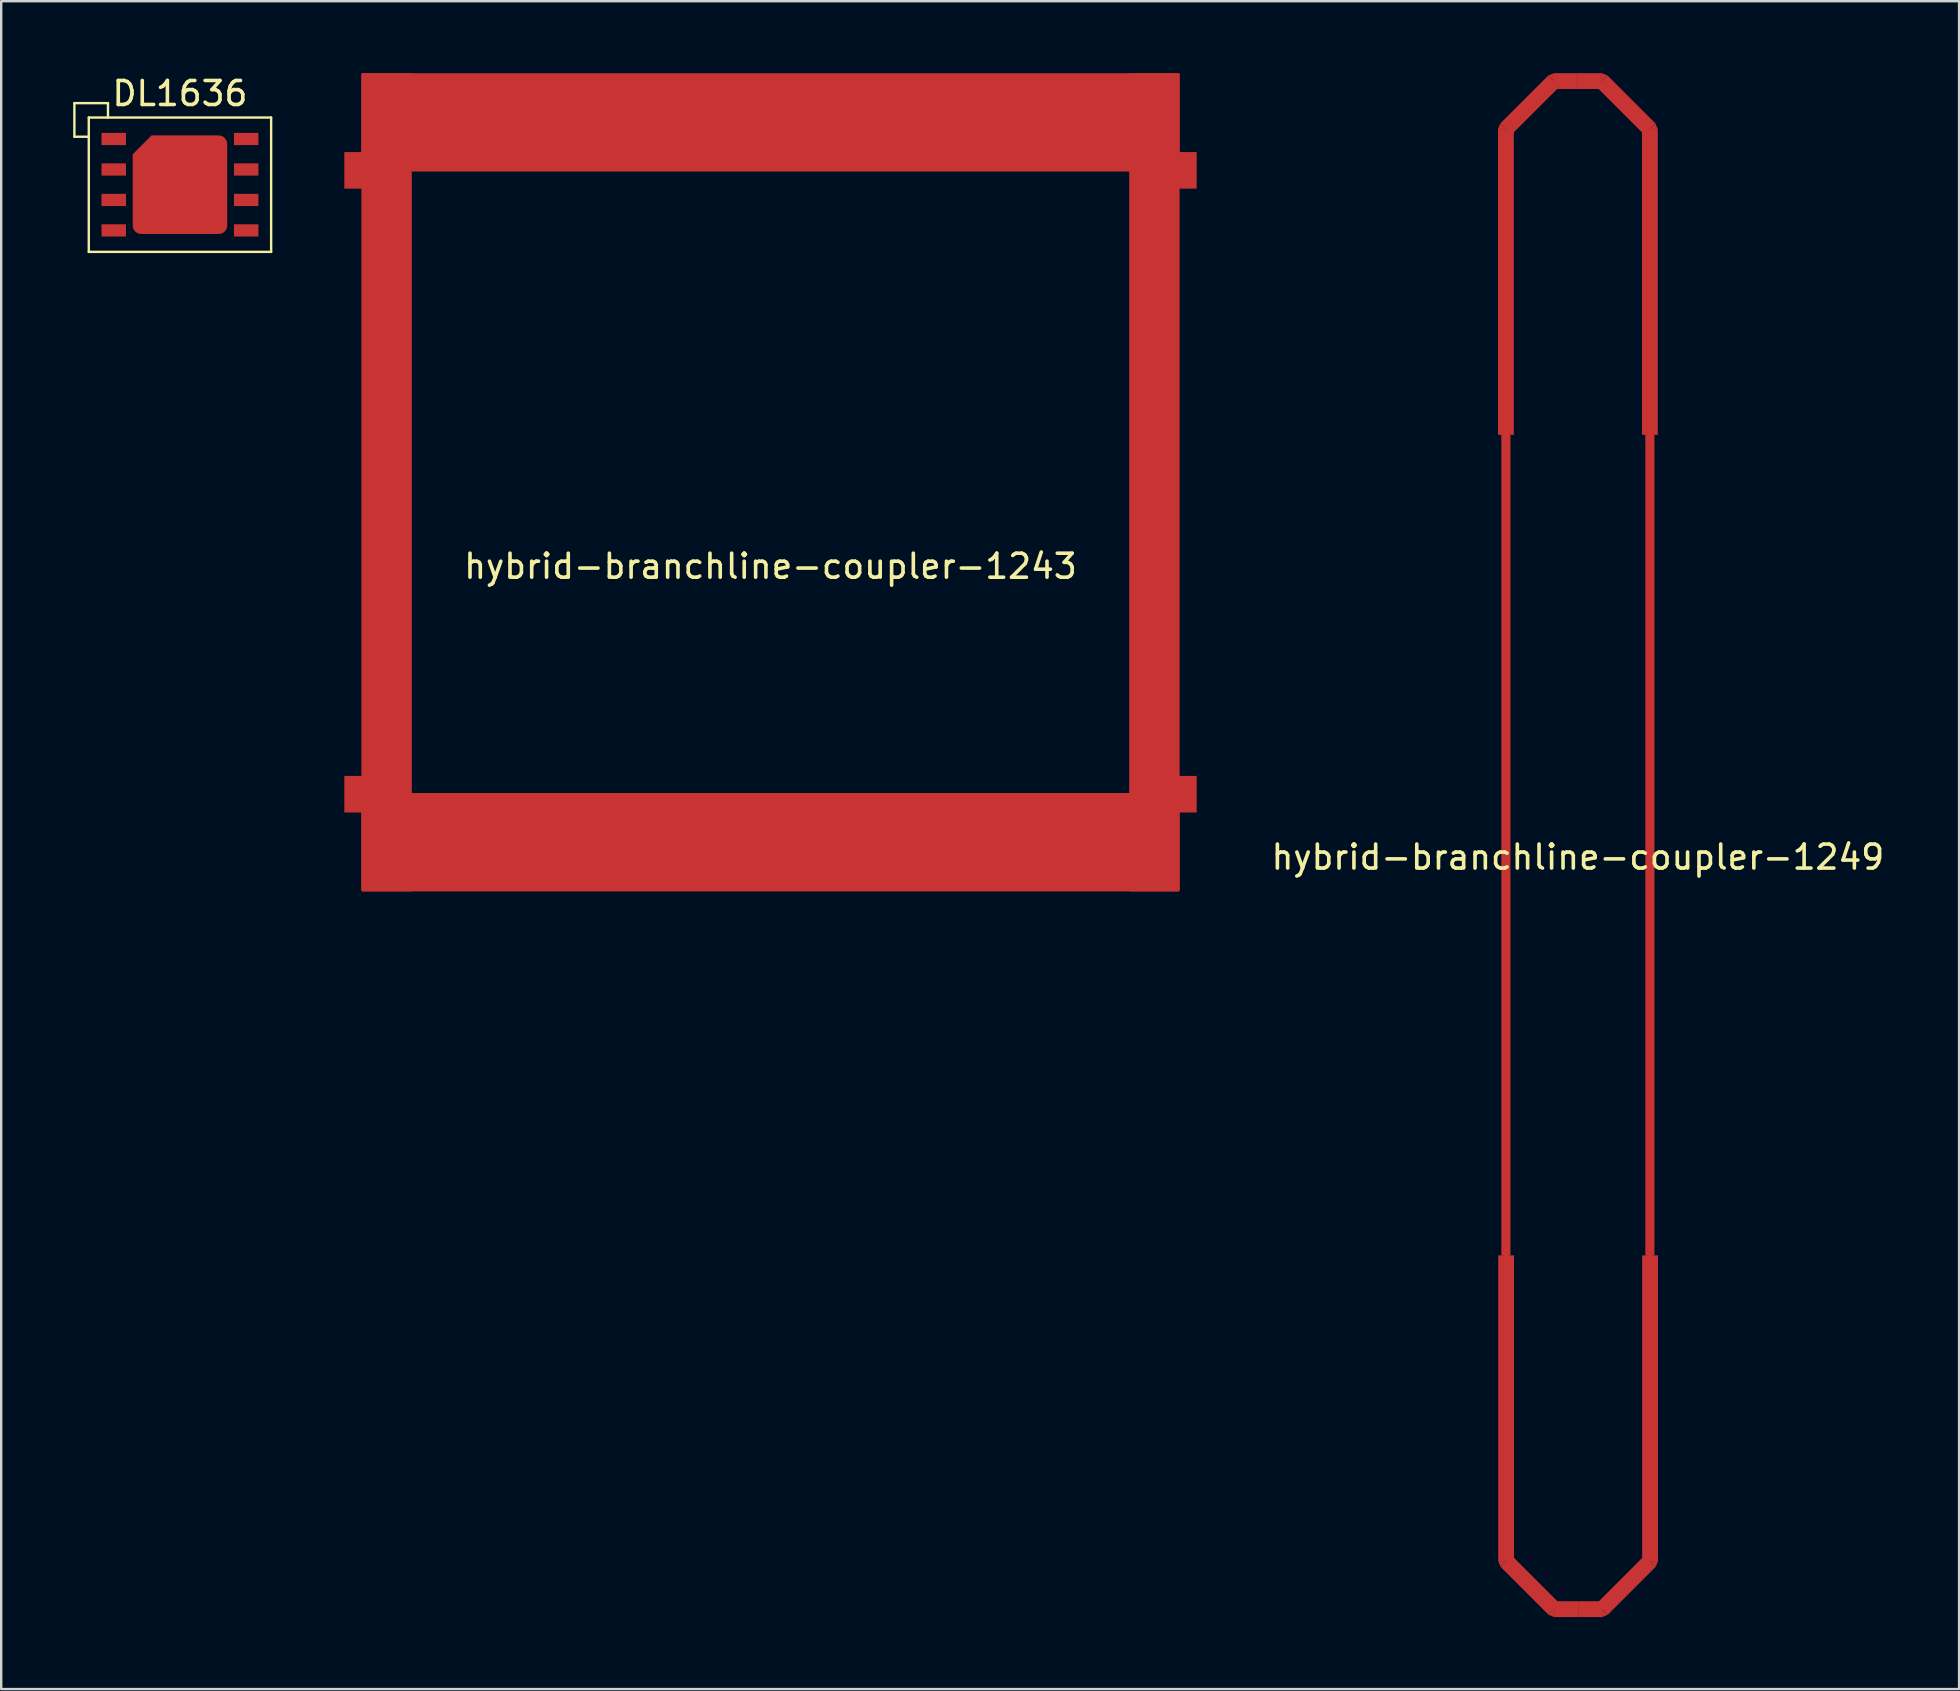
<source format=kicad_pcb>
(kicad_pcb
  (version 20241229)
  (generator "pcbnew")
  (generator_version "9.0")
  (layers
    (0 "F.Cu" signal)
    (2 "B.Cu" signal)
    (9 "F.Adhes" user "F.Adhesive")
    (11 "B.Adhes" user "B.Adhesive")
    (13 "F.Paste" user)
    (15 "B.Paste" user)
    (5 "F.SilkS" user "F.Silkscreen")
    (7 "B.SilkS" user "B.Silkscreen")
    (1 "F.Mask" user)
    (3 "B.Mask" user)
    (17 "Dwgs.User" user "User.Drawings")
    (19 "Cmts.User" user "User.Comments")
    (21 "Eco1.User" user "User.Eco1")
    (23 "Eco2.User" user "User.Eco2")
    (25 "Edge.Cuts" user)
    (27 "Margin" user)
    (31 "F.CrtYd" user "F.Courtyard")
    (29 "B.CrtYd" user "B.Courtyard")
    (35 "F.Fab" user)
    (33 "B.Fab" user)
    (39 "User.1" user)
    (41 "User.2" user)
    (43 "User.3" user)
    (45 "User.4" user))
  (footprint "DL1636"
    (layer "F.Cu")
    (at 4.45 4.648)
    (property "Reference" "DL1636" (at 0 -3.8 0) (layer "F.SilkS") (effects (font (size 1 1) (thickness 0.15))))
    (attr through_hole)
    (fp_line (start -4.4 -3.4) (end -3 -3.4) (stroke (width 0.1) (type solid)) (layer "F.SilkS"))
    (fp_line (start -4.4 -2) (end -4.4 -3.4) (stroke (width 0.1) (type solid)) (layer "F.SilkS"))
    (fp_line (start -3.8 -2.8) (end 3.8 -2.8) (stroke (width 0.1) (type solid)) (layer "F.SilkS"))
    (fp_line (start -3.8 -2) (end -4.4 -2) (stroke (width 0.1) (type solid)) (layer "F.SilkS"))
    (fp_line (start -3.8 2.8) (end -3.8 -2.8) (stroke (width 0.1) (type solid)) (layer "F.SilkS"))
    (fp_line (start -3 -3.4) (end -3 -2.8) (stroke (width 0.1) (type solid)) (layer "F.SilkS"))
    (fp_line (start 3.8 -2.8) (end 3.8 2.8) (stroke (width 0.1) (type solid)) (layer "F.SilkS"))
    (fp_line (start 3.8 2.8) (end -3.8 2.8) (stroke (width 0.1) (type solid)) (layer "F.SilkS"))
    (pad "1" smd rect (at -2.76 -1.905) (size 1.02 0.51) (layers "F.Cu" "F.Mask" "F.Paste"))
    (pad "2" smd rect (at -2.76 -0.635) (size 1.02 0.51) (layers "F.Cu" "F.Mask" "F.Paste"))
    (pad "3" smd rect (at -2.76 0.635) (size 1.02 0.51) (layers "F.Cu" "F.Mask" "F.Paste"))
    (pad "4" smd rect (at -2.76 1.905) (size 1.02 0.51) (layers "F.Cu" "F.Mask" "F.Paste"))
    (pad "5" smd rect (at 2.76 1.905 180) (size 1.02 0.51) (layers "F.Cu" "F.Mask" "F.Paste"))
    (pad "6" smd rect (at 2.76 0.635 180) (size 1.02 0.51) (layers "F.Cu" "F.Mask" "F.Paste"))
    (pad "7" smd rect (at 2.76 -0.635 180) (size 1.02 0.51) (layers "F.Cu" "F.Mask" "F.Paste"))
    (pad "8" smd rect (at 2.76 -1.905 180) (size 1.02 0.51) (layers "F.Cu" "F.Mask" "F.Paste"))
    (pad "P" smd roundrect (at 0 0) (size 3.94 4.11) (layers "F.Cu" "F.Mask" "F.Paste") (roundrect_rratio 0.09) (chamfer_ratio 0.2) (chamfer top_left)))
  (footprint "hybrid-branchline-coupler-1243"
    (layer "F.Cu")
    (at 29.062 20.05)
    (property "Reference" "hybrid-branchline-coupler-1243" (at 0 0.5 0) (layer "F.SilkS") (effects (font (size 1 1) (thickness 0.15))))
    (attr through_hole)
    (fp_poly (pts (xy -17 -20) (xy -17 -16) (xy 17 -16) (xy 17 -20)) (stroke (width 0.1) (type solid)) (fill yes) (layer "F.Cu"))
    (fp_poly (pts (xy -17 10) (xy -17 14) (xy 17 14) (xy 17 10)) (stroke (width 0.1) (type solid)) (fill yes) (layer "F.Cu"))
    (fp_poly (pts (xy -17 14) (xy -15 14) (xy -15 -20) (xy -17 -20)) (stroke (width 0.1) (type solid)) (fill yes) (layer "F.Cu"))
    (fp_poly (pts (xy 15 14) (xy 17 14) (xy 17 -20) (xy 15 -20)) (stroke (width 0.1) (type solid)) (fill yes) (layer "F.Cu"))
    (pad "1" smd rect (at -17 -16) (size 1.524 1.524) (layers "F.Cu" "F.Mask" "F.Paste"))
    (pad "2" smd rect (at -17 10) (size 1.524 1.524) (layers "F.Cu" "F.Mask" "F.Paste"))
    (pad "3" smd rect (at 17 10) (size 1.524 1.524) (layers "F.Cu" "F.Mask" "F.Paste"))
    (pad "4" smd rect (at 17 -16) (size 1.524 1.524) (layers "F.Cu" "F.Mask" "F.Paste")))
  (footprint "hybrid-branchline-coupler-1249"
    (layer "F.Cu")
    (at 62.711 32.172)
    (property "Reference" "hybrid-branchline-coupler-1249" (at 0 0.5 0) (layer "F.SilkS") (effects (font (size 1 1) (thickness 0.15))))
    (attr through_hole)
    (fp_poly (pts (xy -3.233 -30.076) (xy -3.33 -29.842) (xy -2.997 -29.841)) (stroke (width 0.001) (type solid)) (fill yes) (layer "F.Cu"))
    (fp_poly (pts (xy -3.223 30.076) (xy -3.32 29.842) (xy -2.987 29.841)) (stroke (width 0.001) (type solid)) (fill yes) (layer "F.Cu"))
    (fp_poly (pts (xy -1 -32.172) (xy -1.233 -32.076) (xy -0.999 -31.842)) (stroke (width 0.001) (type solid)) (fill yes) (layer "F.Cu"))
    (fp_poly (pts (xy -0.99 32.172) (xy -1.223 32.076) (xy -0.99 31.842)) (stroke (width 0.001) (type solid)) (fill yes) (layer "F.Cu"))
    (fp_poly (pts (xy 1 -32.172) (xy 1.233 -32.076) (xy 1 -31.842)) (stroke (width 0.001) (type solid)) (fill yes) (layer "F.Cu"))
    (fp_poly (pts (xy 1.01 32.172) (xy 1.243 32.076) (xy 1.009 31.842)) (stroke (width 0.001) (type solid)) (fill yes) (layer "F.Cu"))
    (fp_poly (pts (xy 3.233 -30.076) (xy 3.33 -29.842) (xy 2.997 -29.841)) (stroke (width 0.001) (type solid)) (fill yes) (layer "F.Cu"))
    (fp_poly (pts (xy 3.243 30.076) (xy 3.34 29.842) (xy 3.007 29.841)) (stroke (width 0.001) (type solid)) (fill yes) (layer "F.Cu"))
    (fp_poly (pts (xy -3.19 -17.101) (xy -2.81 -17.101) (xy -2.81 17.101) (xy -3.19 17.101)) (stroke (width 0.001) (type solid)) (fill yes) (layer "F.Cu"))
    (fp_poly (pts (xy 2.81 -17.101) (xy 3.19 -17.101) (xy 3.19 17.101) (xy 2.81 17.101)) (stroke (width 0.001) (type solid)) (fill yes) (layer "F.Cu"))
    (pad "" smd rect (at -2 -30.843 135) (size 0.66 2.828) (layers "F.Cu" "F.Mask" "F.Paste"))
    (pad "" smd rect (at -1.99 30.843 45) (size 0.66 2.828) (layers "F.Cu" "F.Mask" "F.Paste"))
    (pad "" smd rect (at -0.5 -31.842 270) (size 0.66 1) (layers "F.Cu" "F.Mask" "F.Paste"))
    (pad "" smd rect (at -0.49 31.842 270) (size 0.66 1) (layers "F.Cu" "F.Mask" "F.Paste"))
    (pad "" smd rect (at 0.5 -31.842 90) (size 0.66 1) (layers "F.Cu" "F.Mask" "F.Paste"))
    (pad "" smd rect (at 0.51 31.842 90) (size 0.66 1) (layers "F.Cu" "F.Mask" "F.Paste"))
    (pad "" smd rect (at 2 -30.843 225) (size 0.66 2.828) (layers "F.Cu" "F.Mask" "F.Paste"))
    (pad "" smd rect (at 2.01 30.843 315) (size 0.66 2.828) (layers "F.Cu" "F.Mask" "F.Paste"))
    (pad "1" smd rect (at -3 -23.47) (size 0.66 12.745) (layers "F.Cu" "F.Mask" "F.Paste"))
    (pad "1" smd rect (at -3 -17.102) (size 0.2 0.2) (layers "F.Cu" "F.Mask" "F.Paste"))
    (pad "2" smd rect (at -3 17.102) (size 0.2 0.2) (layers "F.Cu" "F.Mask" "F.Paste"))
    (pad "2" smd rect (at -2.99 23.47 180) (size 0.66 12.745) (layers "F.Cu" "F.Mask" "F.Paste"))
    (pad "3" smd rect (at 3 -23.47) (size 0.66 12.745) (layers "F.Cu" "F.Mask" "F.Paste"))
    (pad "3" smd rect (at 3 -17.102) (size 0.2 0.2) (layers "F.Cu" "F.Mask" "F.Paste"))
    (pad "4" smd rect (at 3 17.102) (size 0.2 0.2) (layers "F.Cu" "F.Mask" "F.Paste"))
    (pad "4" smd rect (at 3.01 23.47 180) (size 0.66 12.745) (layers "F.Cu" "F.Mask" "F.Paste")))
  (gr_rect
    (start -3 -3)
    (end 78.598 67.345)
    (stroke (width 0.1) (type default))
    (fill no)
    (layer "Edge.Cuts")))
</source>
